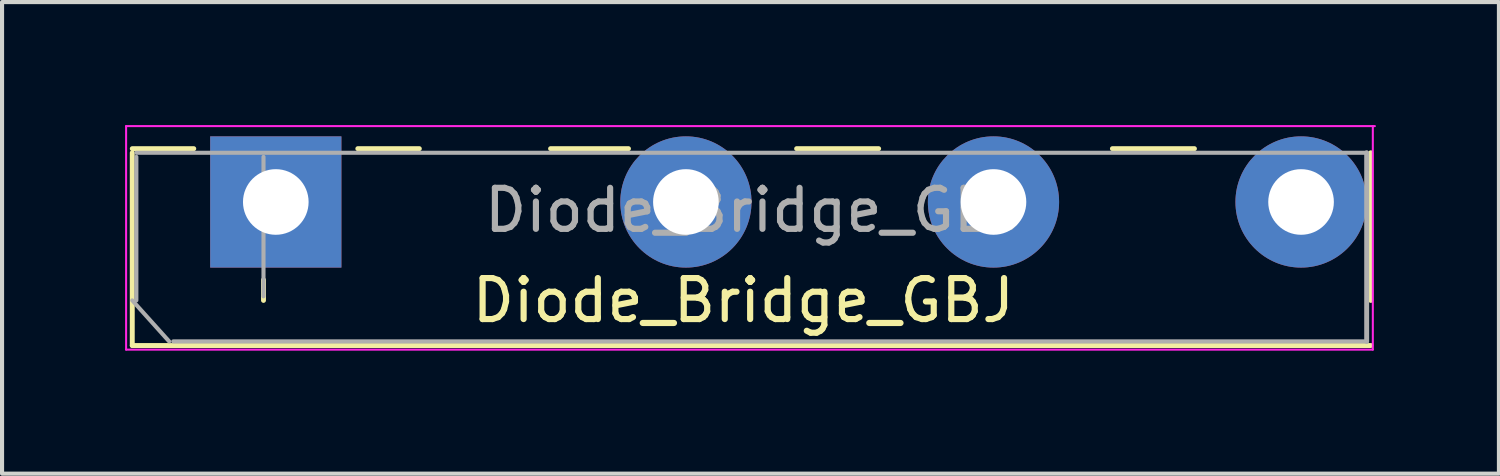
<source format=kicad_pcb>
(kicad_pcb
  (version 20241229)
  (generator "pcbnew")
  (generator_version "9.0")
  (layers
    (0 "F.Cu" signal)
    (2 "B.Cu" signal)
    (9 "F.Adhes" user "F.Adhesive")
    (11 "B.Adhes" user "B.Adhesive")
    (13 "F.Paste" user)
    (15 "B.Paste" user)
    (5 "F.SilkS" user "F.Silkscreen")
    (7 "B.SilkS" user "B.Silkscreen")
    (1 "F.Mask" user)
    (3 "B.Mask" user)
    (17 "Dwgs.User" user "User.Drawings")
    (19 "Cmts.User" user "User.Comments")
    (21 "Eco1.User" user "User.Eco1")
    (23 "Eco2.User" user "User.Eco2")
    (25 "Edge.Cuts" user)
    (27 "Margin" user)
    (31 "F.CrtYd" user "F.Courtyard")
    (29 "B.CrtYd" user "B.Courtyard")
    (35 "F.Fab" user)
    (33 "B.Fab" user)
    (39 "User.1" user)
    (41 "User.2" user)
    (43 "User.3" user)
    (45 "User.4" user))
  (footprint "Diode_Bridge_GBJ"
    (layer "F.Cu")
    (at 3.675 1.875)
    (property "Reference" "Diode_Bridge_GBJ" (at 11.4 2.4 180) (layer "F.SilkS") (effects (font (size 1 1) (thickness 0.15))))
    (attr through_hole)
    (fp_line (start -3.5 -1.3) (end -2 -1.3) (stroke (width 0.12) (type solid)) (layer "F.SilkS"))
    (fp_line (start -3.5 3.5) (end -3.5 -1.2) (stroke (width 0.12) (type solid)) (layer "F.SilkS"))
    (fp_line (start -0.3 2.4) (end -0.3 1.9) (stroke (width 0.12) (type solid)) (layer "F.SilkS"))
    (fp_line (start 2 -1.3) (end 3.5 -1.3) (stroke (width 0.12) (type solid)) (layer "F.SilkS"))
    (fp_line (start 6.7 -1.3) (end 8.6 -1.3) (stroke (width 0.12) (type solid)) (layer "F.SilkS"))
    (fp_line (start 12.7 -1.3) (end 14.7 -1.3) (stroke (width 0.12) (type solid)) (layer "F.SilkS"))
    (fp_line (start 20.4 -1.3) (end 22.4 -1.3) (stroke (width 0.12) (type solid)) (layer "F.SilkS"))
    (fp_line (start 26.7 -1.2) (end 26.7 2.4) (stroke (width 0.12) (type solid)) (layer "F.SilkS"))
    (fp_line (start 26.7 3.5) (end -3.5 3.5) (stroke (width 0.12) (type solid)) (layer "F.SilkS"))
    (fp_line (start -3.65 3.6) (end -3.65 -1.85) (stroke (width 0.05) (type solid)) (layer "F.CrtYd"))
    (fp_line (start -3.65 3.6) (end 26.75 3.6) (stroke (width 0.05) (type solid)) (layer "F.CrtYd"))
    (fp_line (start 26.75 -1.85) (end 26.75 3.6) (stroke (width 0.05) (type solid)) (layer "F.CrtYd"))
    (fp_line (start 26.8 -1.85) (end -3.65 -1.85) (stroke (width 0.05) (type solid)) (layer "F.CrtYd"))
    (fp_line (start -3.4 -1.2) (end 26.6 -1.2) (stroke (width 0.1) (type solid)) (layer "F.Fab"))
    (fp_line (start -3.4 2.4) (end -3.4 -1.1) (stroke (width 0.1) (type solid)) (layer "F.Fab"))
    (fp_line (start -2.6 3.4) (end -3.5 2.4) (stroke (width 0.1) (type solid)) (layer "F.Fab"))
    (fp_line (start -0.3 2.3) (end -0.3 -1.1) (stroke (width 0.1) (type solid)) (layer "F.Fab"))
    (fp_line (start 26.6 -1.2) (end 26.6 3.4) (stroke (width 0.12) (type solid)) (layer "F.Fab"))
    (fp_line (start 26.6 3.4) (end -2.5 3.4) (stroke (width 0.1) (type solid)) (layer "F.Fab"))
    (fp_text user "${REFERENCE}" (at 11.7 0.2 180) (layer "F.Fab") (effects (font (size 1 1) (thickness 0.15))))
    (pad "1" thru_hole rect (at 0 0) (size 3.2 3.2) (drill 1.6) (layers "*.Cu" "*.Mask"))
    (pad "2" thru_hole circle (at 10 0) (size 3.2 3.2) (drill 1.6) (layers "*.Cu" "*.Mask"))
    (pad "3" thru_hole circle (at 17.5 0) (size 3.2 3.2) (drill 1.6) (layers "*.Cu" "*.Mask"))
    (pad "4" thru_hole circle (at 25 0) (size 3.2 3.2) (drill 1.6) (layers "*.Cu" "*.Mask")))
  (gr_rect
    (start -3 -3)
    (end 33.5 8.5)
    (stroke (width 0.1) (type default))
    (fill no)
    (layer "Edge.Cuts")))
</source>
